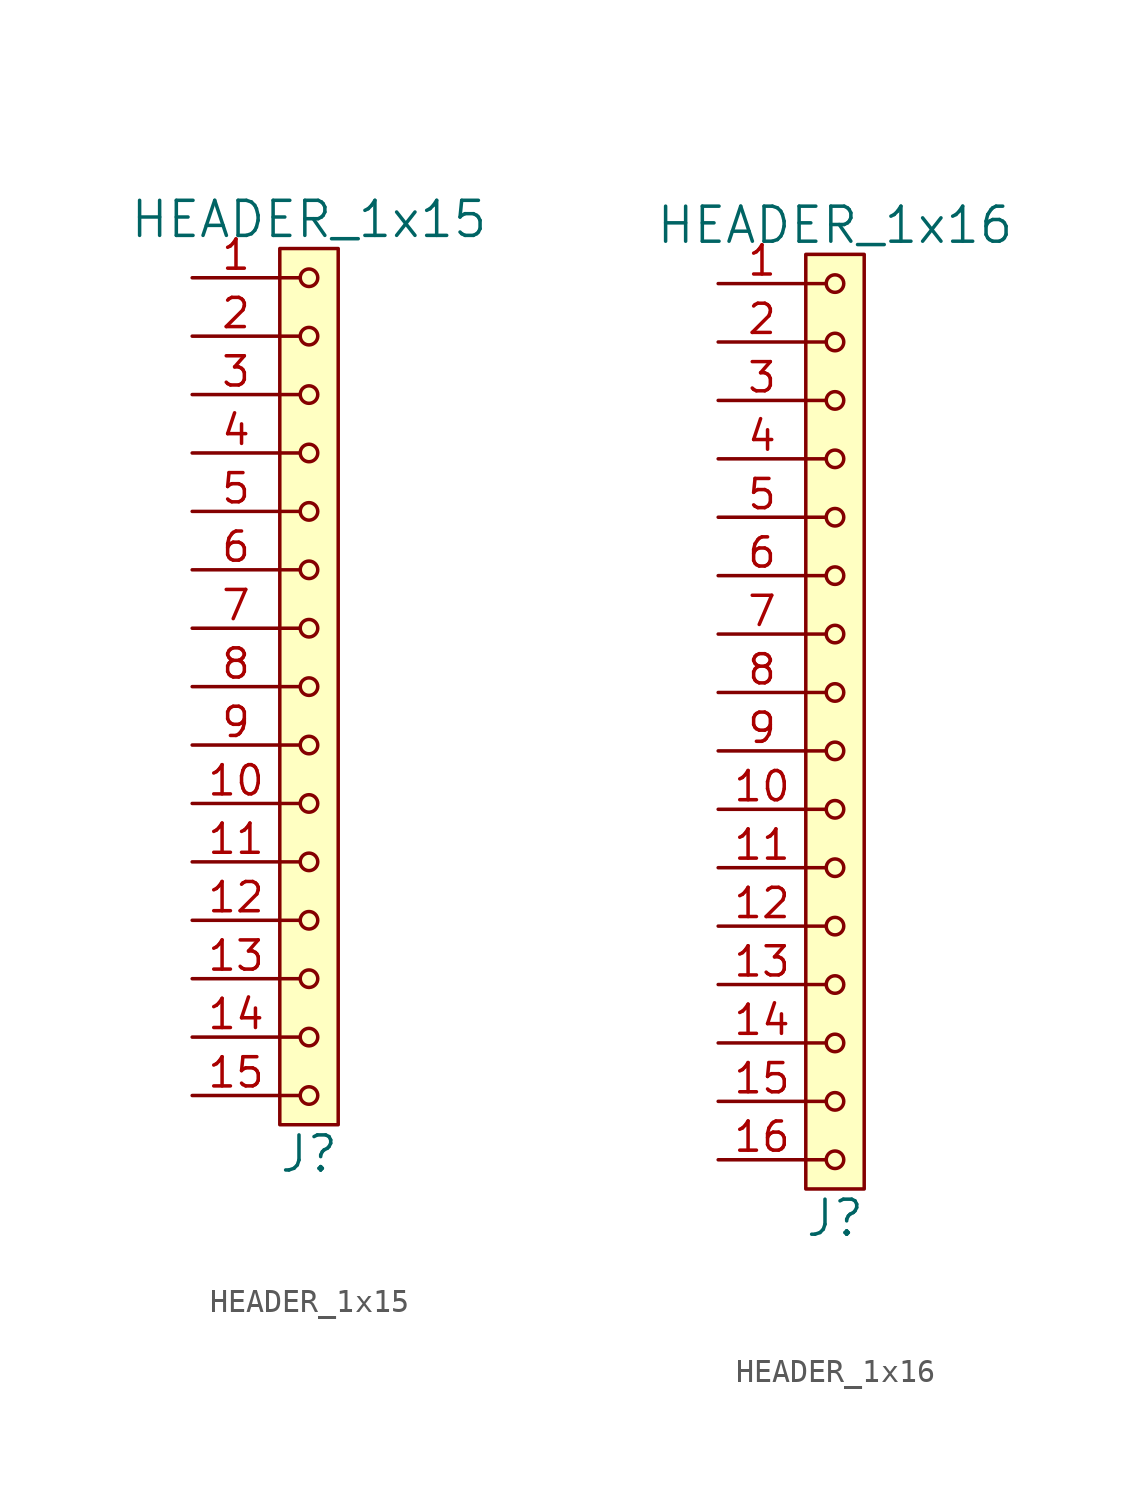
<source format=kicad_sym>
(kicad_symbol_lib
  (version 20211014)
  (generator kicad_symbol_editor)
  (symbol "HEADER_1x15"
    (pin_names
      (offset 1.016))
    (property "Reference" "J"
      (at 0 -20.32 0)
      (effects (font (size 1.524 1.524))))
    (property "Value" "HEADER_1x15"
      (at 0 20.32 0)
      (effects (font (size 1.524 1.524))))
    (property "Footprint" ""
      (at 0 17.78 0)
      (effects (font (size 1.524 1.524))))
    (property "Datasheet" ""
      (at 0 17.78 0)
      (effects (font (size 1.524 1.524))))
    (symbol "HEADER_1x15_0_1"
      (rectangle (start -1.27 19.05) (end 1.27 -19.05) (stroke (width 0) (type default) (color 0 0 0 0)) (fill (type background)))
      (circle (center 0 -17.78) (radius 0.381) (stroke (width 0) (type default) (color 0 0 0 0)) (fill (type none)))
      (circle (center 0 -15.24) (radius 0.381) (stroke (width 0) (type default) (color 0 0 0 0)) (fill (type none)))
      (circle (center 0 -12.7) (radius 0.381) (stroke (width 0) (type default) (color 0 0 0 0)) (fill (type none)))
      (circle (center 0 -10.16) (radius 0.381) (stroke (width 0) (type default) (color 0 0 0 0)) (fill (type none)))
      (circle (center 0 -7.62) (radius 0.381) (stroke (width 0) (type default) (color 0 0 0 0)) (fill (type none)))
      (circle (center 0 -5.08) (radius 0.381) (stroke (width 0) (type default) (color 0 0 0 0)) (fill (type none)))
      (circle (center 0 -2.54) (radius 0.381) (stroke (width 0) (type default) (color 0 0 0 0)) (fill (type none)))
      (polyline (pts (xy -1.27 -17.78) (xy -0.381 -17.78)) (stroke (width 0) (type default) (color 0 0 0 0)) (fill (type none)))
      (polyline (pts (xy -1.27 -15.24) (xy -0.381 -15.24)) (stroke (width 0) (type default) (color 0 0 0 0)) (fill (type none)))
      (polyline (pts (xy -1.27 -12.7) (xy -0.381 -12.7)) (stroke (width 0) (type default) (color 0 0 0 0)) (fill (type none)))
      (polyline (pts (xy -1.27 -10.16) (xy -0.381 -10.16)) (stroke (width 0) (type default) (color 0 0 0 0)) (fill (type none)))
      (polyline (pts (xy -1.27 -7.62) (xy -0.381 -7.62)) (stroke (width 0) (type default) (color 0 0 0 0)) (fill (type none)))
      (polyline (pts (xy -1.27 -5.08) (xy -0.381 -5.08)) (stroke (width 0) (type default) (color 0 0 0 0)) (fill (type none)))
      (polyline (pts (xy -1.27 -2.54) (xy -0.381 -2.54)) (stroke (width 0) (type default) (color 0 0 0 0)) (fill (type none)))
      (polyline (pts (xy -1.27 0) (xy -0.381 0)) (stroke (width 0) (type default) (color 0 0 0 0)) (fill (type none)))
      (polyline (pts (xy -1.27 2.54) (xy -0.381 2.54)) (stroke (width 0) (type default) (color 0 0 0 0)) (fill (type none)))
      (polyline (pts (xy -1.27 5.08) (xy -0.381 5.08)) (stroke (width 0) (type default) (color 0 0 0 0)) (fill (type none)))
      (polyline (pts (xy -1.27 7.62) (xy -0.381 7.62)) (stroke (width 0) (type default) (color 0 0 0 0)) (fill (type none)))
      (polyline (pts (xy -1.27 10.16) (xy -0.381 10.16)) (stroke (width 0) (type default) (color 0 0 0 0)) (fill (type none)))
      (polyline (pts (xy -1.27 12.7) (xy -0.381 12.7)) (stroke (width 0) (type default) (color 0 0 0 0)) (fill (type none)))
      (polyline (pts (xy -1.27 15.24) (xy -0.381 15.24)) (stroke (width 0) (type default) (color 0 0 0 0)) (fill (type none)))
      (polyline (pts (xy -1.27 17.78) (xy -0.381 17.78)) (stroke (width 0) (type default) (color 0 0 0 0)) (fill (type none)))
      (circle (center 0 0) (radius 0.381) (stroke (width 0) (type default) (color 0 0 0 0)) (fill (type none)))
      (circle (center 0 2.54) (radius 0.381) (stroke (width 0) (type default) (color 0 0 0 0)) (fill (type none)))
      (circle (center 0 5.08) (radius 0.381) (stroke (width 0) (type default) (color 0 0 0 0)) (fill (type none)))
      (circle (center 0 7.62) (radius 0.381) (stroke (width 0) (type default) (color 0 0 0 0)) (fill (type none)))
      (circle (center 0 10.16) (radius 0.381) (stroke (width 0) (type default) (color 0 0 0 0)) (fill (type none)))
      (circle (center 0 12.7) (radius 0.381) (stroke (width 0) (type default) (color 0 0 0 0)) (fill (type none)))
      (circle (center 0 15.24) (radius 0.381) (stroke (width 0) (type default) (color 0 0 0 0)) (fill (type none)))
      (circle (center 0 17.78) (radius 0.381) (stroke (width 0) (type default) (color 0 0 0 0)) (fill (type none))))
    (symbol "HEADER_1x15_1_1"
      (pin input line (at -5.08 17.78 0) (length 3.81) (name "~" (effects (font (size 1.27 1.27)))) (number "1" (effects (font (size 1.27 1.27)))))
      (pin input line (at -5.08 -5.08 0) (length 3.81) (name "~" (effects (font (size 1.27 1.27)))) (number "10" (effects (font (size 1.27 1.27)))))
      (pin input line (at -5.08 -7.62 0) (length 3.81) (name "~" (effects (font (size 1.27 1.27)))) (number "11" (effects (font (size 1.27 1.27)))))
      (pin input line (at -5.08 -10.16 0) (length 3.81) (name "~" (effects (font (size 1.27 1.27)))) (number "12" (effects (font (size 1.27 1.27)))))
      (pin input line (at -5.08 -12.7 0) (length 3.81) (name "~" (effects (font (size 1.27 1.27)))) (number "13" (effects (font (size 1.27 1.27)))))
      (pin input line (at -5.08 -15.24 0) (length 3.81) (name "~" (effects (font (size 1.27 1.27)))) (number "14" (effects (font (size 1.27 1.27)))))
      (pin input line (at -5.08 -17.78 0) (length 3.81) (name "~" (effects (font (size 1.27 1.27)))) (number "15" (effects (font (size 1.27 1.27)))))
      (pin input line (at -5.08 15.24 0) (length 3.81) (name "~" (effects (font (size 1.27 1.27)))) (number "2" (effects (font (size 1.27 1.27)))))
      (pin input line (at -5.08 12.7 0) (length 3.81) (name "~" (effects (font (size 1.27 1.27)))) (number "3" (effects (font (size 1.27 1.27)))))
      (pin input line (at -5.08 10.16 0) (length 3.81) (name "~" (effects (font (size 1.27 1.27)))) (number "4" (effects (font (size 1.27 1.27)))))
      (pin input line (at -5.08 7.62 0) (length 3.81) (name "~" (effects (font (size 1.27 1.27)))) (number "5" (effects (font (size 1.27 1.27)))))
      (pin input line (at -5.08 5.08 0) (length 3.81) (name "~" (effects (font (size 1.27 1.27)))) (number "6" (effects (font (size 1.27 1.27)))))
      (pin input line (at -5.08 2.54 0) (length 3.81) (name "~" (effects (font (size 1.27 1.27)))) (number "7" (effects (font (size 1.27 1.27)))))
      (pin input line (at -5.08 0 0) (length 3.81) (name "~" (effects (font (size 1.27 1.27)))) (number "8" (effects (font (size 1.27 1.27)))))
      (pin input line (at -5.08 -2.54 0) (length 3.81) (name "~" (effects (font (size 1.27 1.27)))) (number "9" (effects (font (size 1.27 1.27)))))))
  (symbol "HEADER_1x16"
    (pin_names
      (offset 1.016))
    (property "Reference" "J"
      (at 0 -21.59 0)
      (effects (font (size 1.524 1.524))))
    (property "Value" "HEADER_1x16"
      (at 0 21.59 0)
      (effects (font (size 1.524 1.524))))
    (property "Footprint" ""
      (at 0 19.05 0)
      (effects (font (size 1.524 1.524))))
    (property "Datasheet" ""
      (at 0 19.05 0)
      (effects (font (size 1.524 1.524))))
    (symbol "HEADER_1x16_0_1"
      (rectangle (start -1.27 20.32) (end 1.27 -20.32) (stroke (width 0) (type default) (color 0 0 0 0)) (fill (type background)))
      (circle (center 0 -19.05) (radius 0.381) (stroke (width 0) (type default) (color 0 0 0 0)) (fill (type none)))
      (circle (center 0 -16.51) (radius 0.381) (stroke (width 0) (type default) (color 0 0 0 0)) (fill (type none)))
      (circle (center 0 -13.97) (radius 0.381) (stroke (width 0) (type default) (color 0 0 0 0)) (fill (type none)))
      (circle (center 0 -11.43) (radius 0.381) (stroke (width 0) (type default) (color 0 0 0 0)) (fill (type none)))
      (circle (center 0 -8.89) (radius 0.381) (stroke (width 0) (type default) (color 0 0 0 0)) (fill (type none)))
      (circle (center 0 -6.35) (radius 0.381) (stroke (width 0) (type default) (color 0 0 0 0)) (fill (type none)))
      (circle (center 0 -3.81) (radius 0.381) (stroke (width 0) (type default) (color 0 0 0 0)) (fill (type none)))
      (circle (center 0 -1.27) (radius 0.381) (stroke (width 0) (type default) (color 0 0 0 0)) (fill (type none)))
      (polyline (pts (xy -1.27 -19.05) (xy -0.381 -19.05)) (stroke (width 0) (type default) (color 0 0 0 0)) (fill (type none)))
      (polyline (pts (xy -1.27 -16.51) (xy -0.381 -16.51)) (stroke (width 0) (type default) (color 0 0 0 0)) (fill (type none)))
      (polyline (pts (xy -1.27 -13.97) (xy -0.381 -13.97)) (stroke (width 0) (type default) (color 0 0 0 0)) (fill (type none)))
      (polyline (pts (xy -1.27 -11.43) (xy -0.381 -11.43)) (stroke (width 0) (type default) (color 0 0 0 0)) (fill (type none)))
      (polyline (pts (xy -1.27 -8.89) (xy -0.381 -8.89)) (stroke (width 0) (type default) (color 0 0 0 0)) (fill (type none)))
      (polyline (pts (xy -1.27 -6.35) (xy -0.381 -6.35)) (stroke (width 0) (type default) (color 0 0 0 0)) (fill (type none)))
      (polyline (pts (xy -1.27 -3.81) (xy -0.381 -3.81)) (stroke (width 0) (type default) (color 0 0 0 0)) (fill (type none)))
      (polyline (pts (xy -1.27 -1.27) (xy -0.381 -1.27)) (stroke (width 0) (type default) (color 0 0 0 0)) (fill (type none)))
      (polyline (pts (xy -1.27 1.27) (xy -0.381 1.27)) (stroke (width 0) (type default) (color 0 0 0 0)) (fill (type none)))
      (polyline (pts (xy -1.27 3.81) (xy -0.381 3.81)) (stroke (width 0) (type default) (color 0 0 0 0)) (fill (type none)))
      (polyline (pts (xy -1.27 6.35) (xy -0.381 6.35)) (stroke (width 0) (type default) (color 0 0 0 0)) (fill (type none)))
      (polyline (pts (xy -1.27 8.89) (xy -0.381 8.89)) (stroke (width 0) (type default) (color 0 0 0 0)) (fill (type none)))
      (polyline (pts (xy -1.27 11.43) (xy -0.381 11.43)) (stroke (width 0) (type default) (color 0 0 0 0)) (fill (type none)))
      (polyline (pts (xy -1.27 13.97) (xy -0.381 13.97)) (stroke (width 0) (type default) (color 0 0 0 0)) (fill (type none)))
      (polyline (pts (xy -1.27 16.51) (xy -0.381 16.51)) (stroke (width 0) (type default) (color 0 0 0 0)) (fill (type none)))
      (polyline (pts (xy -1.27 19.05) (xy -0.381 19.05)) (stroke (width 0) (type default) (color 0 0 0 0)) (fill (type none)))
      (circle (center 0 1.27) (radius 0.381) (stroke (width 0) (type default) (color 0 0 0 0)) (fill (type none)))
      (circle (center 0 3.81) (radius 0.381) (stroke (width 0) (type default) (color 0 0 0 0)) (fill (type none)))
      (circle (center 0 6.35) (radius 0.381) (stroke (width 0) (type default) (color 0 0 0 0)) (fill (type none)))
      (circle (center 0 8.89) (radius 0.381) (stroke (width 0) (type default) (color 0 0 0 0)) (fill (type none)))
      (circle (center 0 11.43) (radius 0.381) (stroke (width 0) (type default) (color 0 0 0 0)) (fill (type none)))
      (circle (center 0 13.97) (radius 0.381) (stroke (width 0) (type default) (color 0 0 0 0)) (fill (type none)))
      (circle (center 0 16.51) (radius 0.381) (stroke (width 0) (type default) (color 0 0 0 0)) (fill (type none)))
      (circle (center 0 19.05) (radius 0.381) (stroke (width 0) (type default) (color 0 0 0 0)) (fill (type none))))
    (symbol "HEADER_1x16_1_1"
      (pin input line (at -5.08 19.05 0) (length 3.81) (name "~" (effects (font (size 1.27 1.27)))) (number "1" (effects (font (size 1.27 1.27)))))
      (pin input line (at -5.08 -3.81 0) (length 3.81) (name "~" (effects (font (size 1.27 1.27)))) (number "10" (effects (font (size 1.27 1.27)))))
      (pin input line (at -5.08 -6.35 0) (length 3.81) (name "~" (effects (font (size 1.27 1.27)))) (number "11" (effects (font (size 1.27 1.27)))))
      (pin input line (at -5.08 -8.89 0) (length 3.81) (name "~" (effects (font (size 1.27 1.27)))) (number "12" (effects (font (size 1.27 1.27)))))
      (pin input line (at -5.08 -11.43 0) (length 3.81) (name "~" (effects (font (size 1.27 1.27)))) (number "13" (effects (font (size 1.27 1.27)))))
      (pin input line (at -5.08 -13.97 0) (length 3.81) (name "~" (effects (font (size 1.27 1.27)))) (number "14" (effects (font (size 1.27 1.27)))))
      (pin input line (at -5.08 -16.51 0) (length 3.81) (name "~" (effects (font (size 1.27 1.27)))) (number "15" (effects (font (size 1.27 1.27)))))
      (pin input line (at -5.08 -19.05 0) (length 3.81) (name "~" (effects (font (size 1.27 1.27)))) (number "16" (effects (font (size 1.27 1.27)))))
      (pin input line (at -5.08 16.51 0) (length 3.81) (name "~" (effects (font (size 1.27 1.27)))) (number "2" (effects (font (size 1.27 1.27)))))
      (pin input line (at -5.08 13.97 0) (length 3.81) (name "~" (effects (font (size 1.27 1.27)))) (number "3" (effects (font (size 1.27 1.27)))))
      (pin input line (at -5.08 11.43 0) (length 3.81) (name "~" (effects (font (size 1.27 1.27)))) (number "4" (effects (font (size 1.27 1.27)))))
      (pin input line (at -5.08 8.89 0) (length 3.81) (name "~" (effects (font (size 1.27 1.27)))) (number "5" (effects (font (size 1.27 1.27)))))
      (pin input line (at -5.08 6.35 0) (length 3.81) (name "~" (effects (font (size 1.27 1.27)))) (number "6" (effects (font (size 1.27 1.27)))))
      (pin input line (at -5.08 3.81 0) (length 3.81) (name "~" (effects (font (size 1.27 1.27)))) (number "7" (effects (font (size 1.27 1.27)))))
      (pin input line (at -5.08 1.27 0) (length 3.81) (name "~" (effects (font (size 1.27 1.27)))) (number "8" (effects (font (size 1.27 1.27)))))
      (pin input line (at -5.08 -1.27 0) (length 3.81) (name "~" (effects (font (size 1.27 1.27)))) (number "9" (effects (font (size 1.27 1.27))))))))
</source>
